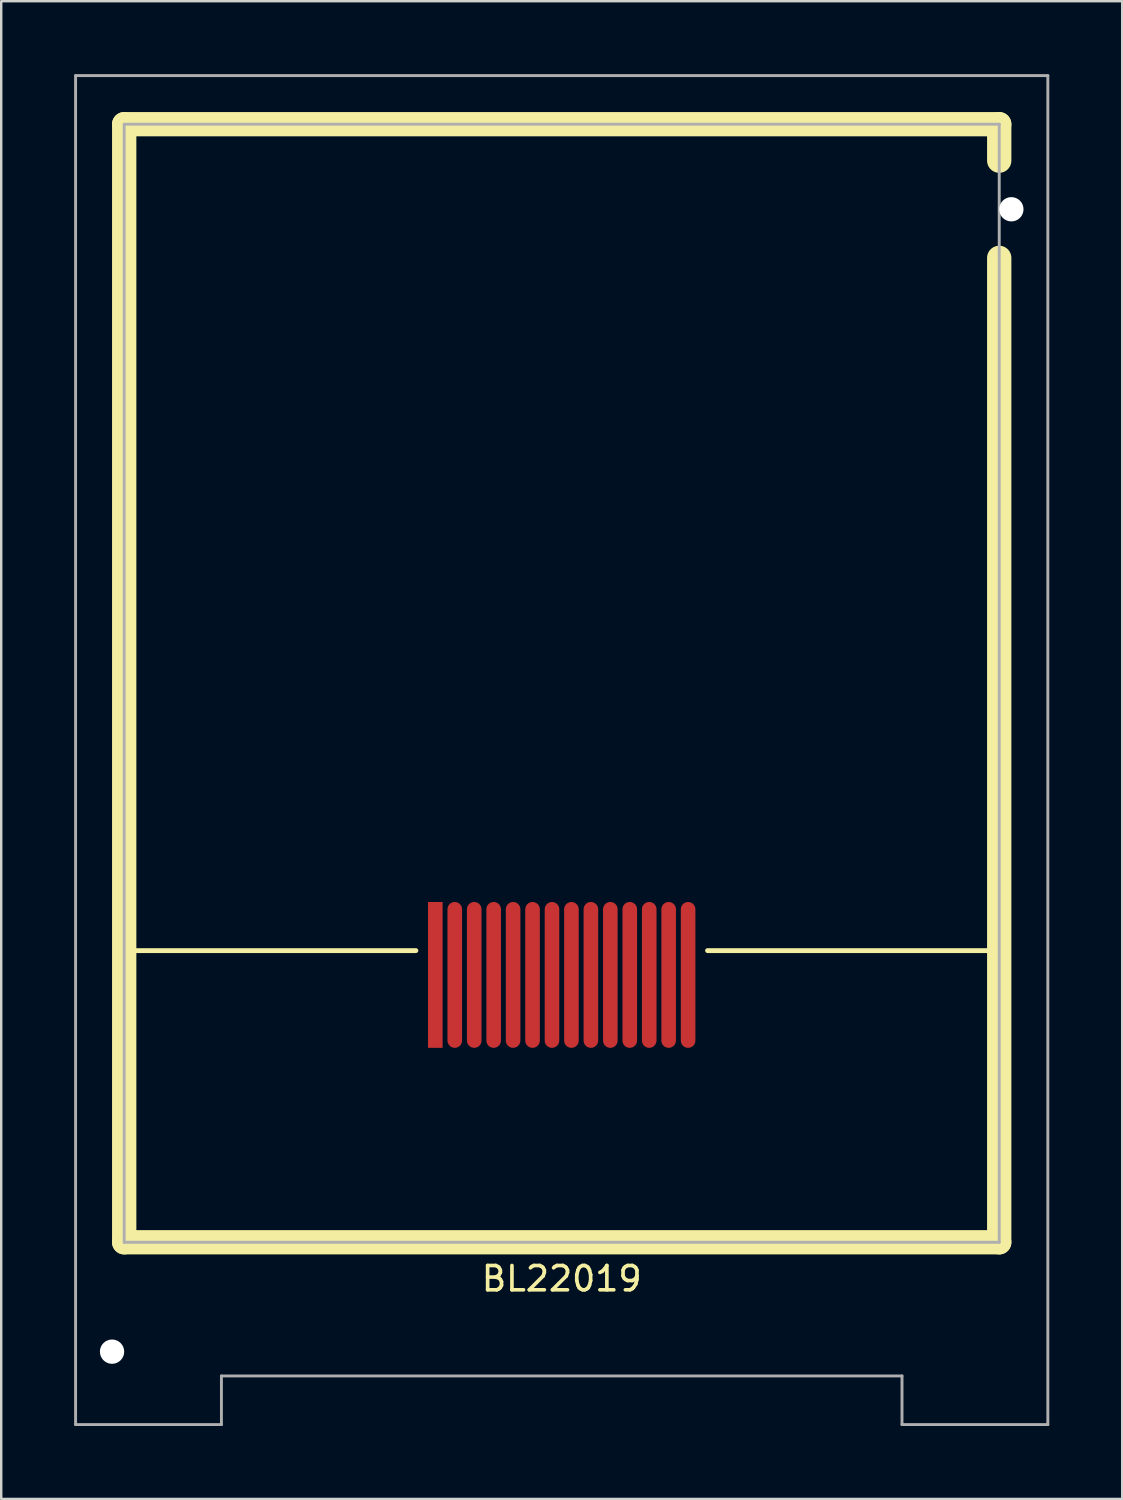
<source format=kicad_pcb>
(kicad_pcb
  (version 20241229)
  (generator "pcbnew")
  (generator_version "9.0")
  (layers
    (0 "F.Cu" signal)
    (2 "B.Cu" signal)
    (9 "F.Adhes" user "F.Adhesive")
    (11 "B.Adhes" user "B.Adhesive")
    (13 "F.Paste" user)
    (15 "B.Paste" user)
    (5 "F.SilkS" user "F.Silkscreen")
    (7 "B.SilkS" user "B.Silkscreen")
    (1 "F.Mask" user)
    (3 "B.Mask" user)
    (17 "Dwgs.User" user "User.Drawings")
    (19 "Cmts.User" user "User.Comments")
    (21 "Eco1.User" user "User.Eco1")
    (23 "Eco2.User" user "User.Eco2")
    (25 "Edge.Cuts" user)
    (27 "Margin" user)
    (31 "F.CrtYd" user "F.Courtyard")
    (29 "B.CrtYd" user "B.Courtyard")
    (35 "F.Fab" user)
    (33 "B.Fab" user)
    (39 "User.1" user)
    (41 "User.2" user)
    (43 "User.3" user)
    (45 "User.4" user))
  (footprint "BL22019"
    (layer "F.Cu")
    (at 20.06 27.56)
    (property "Reference" "BL22019" (at 0 22 0) (layer "F.SilkS") (effects (font (size 1 1) (thickness 0.15))))
    (attr through_hole)
    (fp_line (start -18 -25.5) (end -18 20.5) (stroke (width 1) (type solid)) (layer "F.SilkS"))
    (fp_line (start -18 -25.5) (end 18 -25.5) (stroke (width 1) (type solid)) (layer "F.SilkS"))
    (fp_line (start -18 20.5) (end 18 20.5) (stroke (width 1) (type solid)) (layer "F.SilkS"))
    (fp_line (start -6 8.5) (end -18 8.5) (stroke (width 0.2) (type solid)) (layer "F.SilkS"))
    (fp_line (start 18 -25.5) (end 18 -24) (stroke (width 1) (type solid)) (layer "F.SilkS"))
    (fp_line (start 18 8.5) (end 6 8.5) (stroke (width 0.2) (type solid)) (layer "F.SilkS"))
    (fp_line (start 18 20.5) (end 18 -20) (stroke (width 1) (type solid)) (layer "F.SilkS"))
    (fp_line (start -20 -27.5) (end 20 -27.5) (stroke (width 0.12) (type solid)) (layer "F.Fab"))
    (fp_line (start -20 28) (end -20 -27.5) (stroke (width 0.12) (type solid)) (layer "F.Fab"))
    (fp_line (start -18 -25.5) (end -18 20.5) (stroke (width 0.12) (type solid)) (layer "F.Fab"))
    (fp_line (start -18 20.5) (end 18 20.5) (stroke (width 0.12) (type solid)) (layer "F.Fab"))
    (fp_line (start -14 26) (end 14 26) (stroke (width 0.12) (type solid)) (layer "F.Fab"))
    (fp_line (start -14 28) (end -20 28) (stroke (width 0.12) (type solid)) (layer "F.Fab"))
    (fp_line (start -14 28) (end -14 26) (stroke (width 0.12) (type solid)) (layer "F.Fab"))
    (fp_line (start 14 26) (end 14 28) (stroke (width 0.12) (type solid)) (layer "F.Fab"))
    (fp_line (start 14 28) (end 20 28) (stroke (width 0.12) (type solid)) (layer "F.Fab"))
    (fp_line (start 18 -25.5) (end -18 -25.5) (stroke (width 0.12) (type solid)) (layer "F.Fab"))
    (fp_line (start 18 20.5) (end 18 -25.5) (stroke (width 0.12) (type solid)) (layer "F.Fab"))
    (fp_line (start 20 -27.5) (end 20 28) (stroke (width 0.12) (type solid)) (layer "F.Fab"))
    (pad "" np_thru_hole circle (at -18.5 25) (size 1 1) (drill 1) (layers "*.Cu" "*.Mask"))
    (pad "" np_thru_hole circle (at 18.5 -22) (size 1 1) (drill 1) (layers "*.Cu" "*.Mask"))
    (pad "1" smd rect (at -5.2 9.5) (size 0.6 6) (layers "F.Cu" "F.Mask" "F.Paste"))
    (pad "2" smd oval (at -4.4 9.5) (size 0.6 6) (layers "F.Cu" "F.Mask" "F.Paste"))
    (pad "3" smd oval (at -3.6 9.5) (size 0.6 6) (layers "F.Cu" "F.Mask" "F.Paste"))
    (pad "4" smd oval (at -2.8 9.5) (size 0.6 6) (layers "F.Cu" "F.Mask" "F.Paste"))
    (pad "5" smd oval (at -2 9.5) (size 0.6 6) (layers "F.Cu" "F.Mask" "F.Paste"))
    (pad "6" smd oval (at -1.2 9.5) (size 0.6 6) (layers "F.Cu" "F.Mask" "F.Paste"))
    (pad "7" smd oval (at -0.4 9.5) (size 0.6 6) (layers "F.Cu" "F.Mask" "F.Paste"))
    (pad "8" smd oval (at 0.4 9.5) (size 0.6 6) (layers "F.Cu" "F.Mask" "F.Paste"))
    (pad "9" smd oval (at 1.2 9.5) (size 0.6 6) (layers "F.Cu" "F.Mask" "F.Paste"))
    (pad "10" smd oval (at 2 9.5) (size 0.6 6) (layers "F.Cu" "F.Mask" "F.Paste"))
    (pad "11" smd oval (at 2.8 9.5) (size 0.6 6) (layers "F.Cu" "F.Mask" "F.Paste"))
    (pad "12" smd oval (at 3.6 9.5) (size 0.6 6) (layers "F.Cu" "F.Mask" "F.Paste"))
    (pad "13" smd oval (at 4.4 9.5) (size 0.6 6) (layers "F.Cu" "F.Mask" "F.Paste"))
    (pad "14" smd oval (at 5.2 9.5) (size 0.6 6) (layers "F.Cu" "F.Mask" "F.Paste")))
  (gr_rect
    (start -3 -3)
    (end 43.12 58.62)
    (stroke (width 0.1) (type default))
    (fill no)
    (layer "Edge.Cuts")))
</source>
